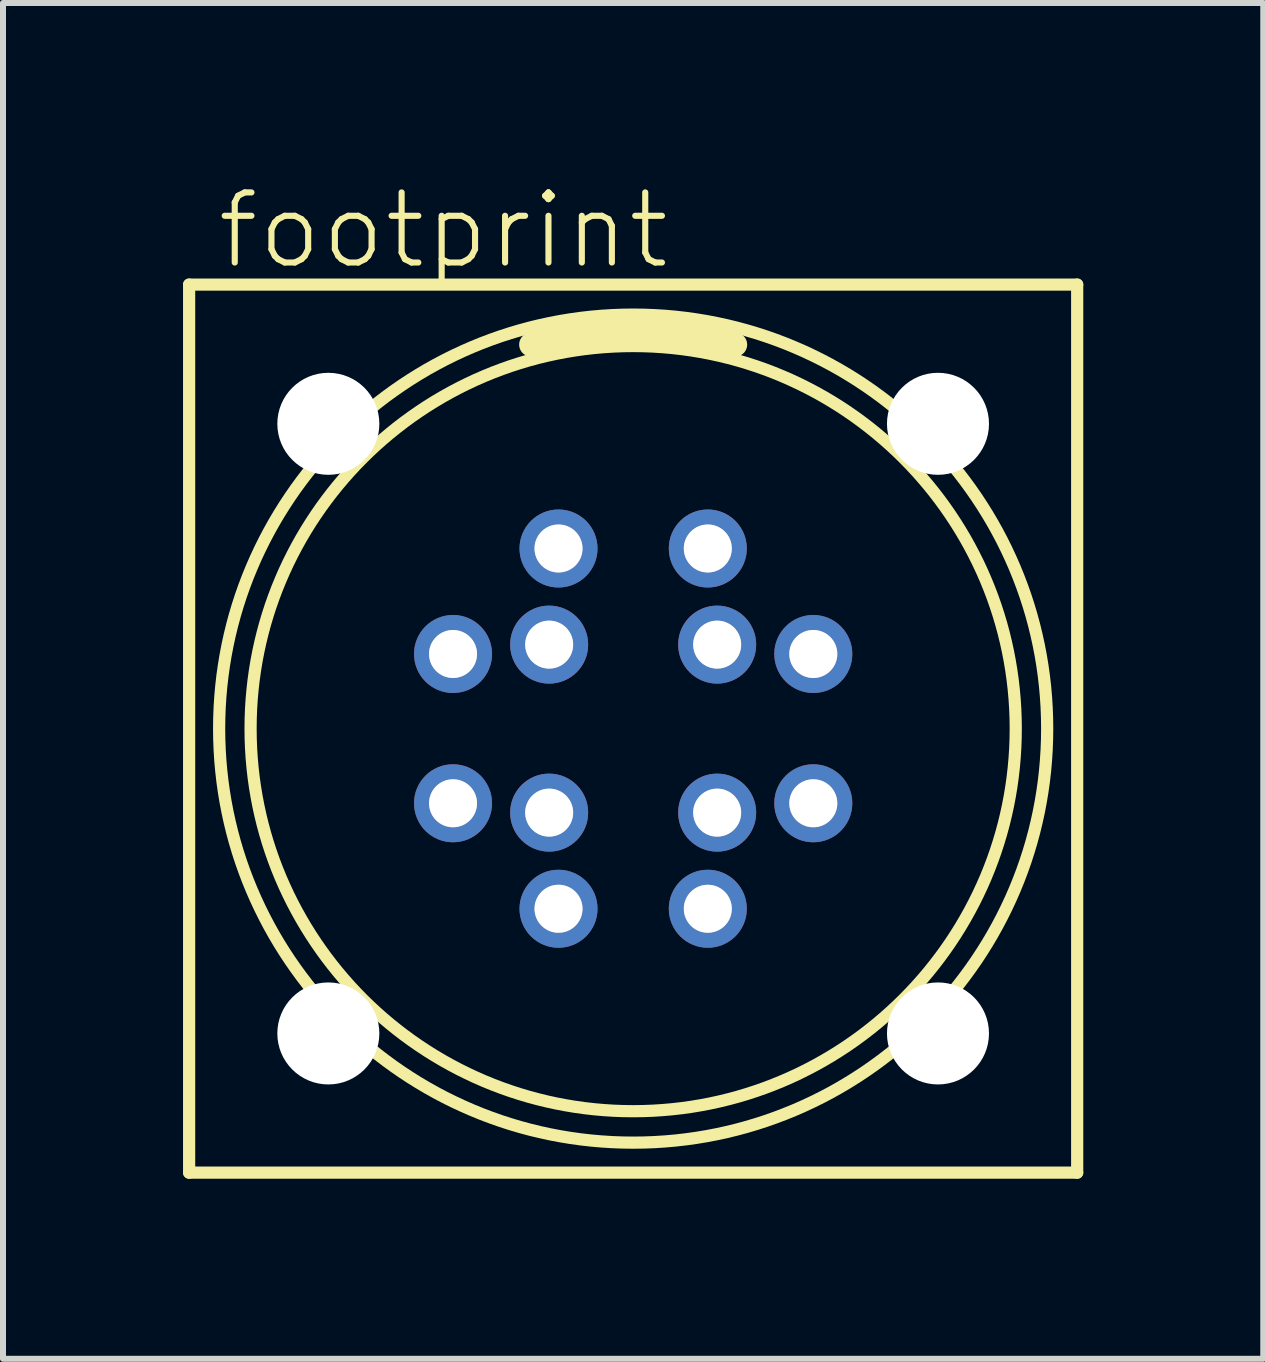
<source format=kicad_pcb>
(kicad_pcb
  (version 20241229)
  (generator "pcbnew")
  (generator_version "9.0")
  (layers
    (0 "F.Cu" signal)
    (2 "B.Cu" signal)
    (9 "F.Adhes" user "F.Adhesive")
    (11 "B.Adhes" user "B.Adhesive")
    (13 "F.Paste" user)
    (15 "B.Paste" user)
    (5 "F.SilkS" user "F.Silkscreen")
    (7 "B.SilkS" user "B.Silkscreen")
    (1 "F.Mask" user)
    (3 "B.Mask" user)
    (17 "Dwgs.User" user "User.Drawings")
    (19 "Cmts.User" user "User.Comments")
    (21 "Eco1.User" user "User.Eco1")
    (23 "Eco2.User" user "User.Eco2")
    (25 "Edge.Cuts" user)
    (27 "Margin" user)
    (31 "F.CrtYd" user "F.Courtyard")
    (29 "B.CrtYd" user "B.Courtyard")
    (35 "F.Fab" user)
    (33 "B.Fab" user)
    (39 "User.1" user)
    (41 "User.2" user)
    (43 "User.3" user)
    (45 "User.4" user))
  (footprint "footprint"
    (layer "F.Cu")
    (at 7.502 9.093)
    (property "Reference" "footprint" (at -6.985 -7.62 0) (layer "F.SilkS") (effects (font (size 1.168 1.168) (thickness 0.102)) (justify left bottom)))
    (fp_line (start -7.4 -7.4) (end 7.4 -7.4) (stroke (width 0.203) (type solid)) (layer "F.SilkS"))
    (fp_line (start -7.4 7.4) (end -7.4 -7.4) (stroke (width 0.203) (type solid)) (layer "F.SilkS"))
    (fp_line (start 7.4 -7.4) (end 7.4 7.4) (stroke (width 0.203) (type solid)) (layer "F.SilkS"))
    (fp_line (start 7.4 7.4) (end -7.4 7.4) (stroke (width 0.203) (type solid)) (layer "F.SilkS"))
    (fp_arc (start -1.7 -6.4) (mid 0 -6.650475) (end 1.700001 -6.4) (stroke (width 0.4) (type solid)) (layer "F.SilkS"))
    (fp_circle (center 0 0) (end 6.376 0) (stroke (width 0.203) (type solid)) (fill no) (layer "F.SilkS"))
    (fp_circle (center 0 0) (end 6.9 0) (stroke (width 0.203) (type solid)) (fill no) (layer "F.SilkS"))
    (fp_circle (center -3.002 -1.244) (end -2.704 -1.244) (stroke (width 0.203) (type solid)) (fill no) (layer "F.Fab"))
    (fp_circle (center -3.002 1.244) (end -2.704 1.244) (stroke (width 0.203) (type solid)) (fill no) (layer "F.Fab"))
    (fp_circle (center -1.4 -1.4) (end -1.102 -1.4) (stroke (width 0.203) (type solid)) (fill no) (layer "F.Fab"))
    (fp_circle (center -1.4 1.4) (end -1.102 1.4) (stroke (width 0.203) (type solid)) (fill no) (layer "F.Fab"))
    (fp_circle (center -1.244 3.002) (end -0.945 3.002) (stroke (width 0.203) (type solid)) (fill no) (layer "F.Fab"))
    (fp_circle (center -1.244 -3.002) (end -0.945 -3.002) (stroke (width 0.203) (type solid)) (fill no) (layer "F.Fab"))
    (fp_circle (center 1.244 3.002) (end 1.542 3.002) (stroke (width 0.203) (type solid)) (fill no) (layer "F.Fab"))
    (fp_circle (center 1.244 -3.002) (end 1.542 -3.002) (stroke (width 0.203) (type solid)) (fill no) (layer "F.Fab"))
    (fp_circle (center 1.4 -1.4) (end 1.698 -1.4) (stroke (width 0.203) (type solid)) (fill no) (layer "F.Fab"))
    (fp_circle (center 1.4 1.4) (end 1.698 1.4) (stroke (width 0.203) (type solid)) (fill no) (layer "F.Fab"))
    (fp_circle (center 3.002 -1.244) (end 3.301 -1.244) (stroke (width 0.203) (type solid)) (fill no) (layer "F.Fab"))
    (fp_circle (center 3.002 1.244) (end 3.301 1.244) (stroke (width 0.203) (type solid)) (fill no) (layer "F.Fab"))
    (pad "" np_thru_hole circle (at -5.08 -5.08) (size 1.7 1.7) (drill 1.7) (layers "*.Cu" "*.Mask"))
    (pad "" np_thru_hole circle (at -5.08 5.08) (size 1.7 1.7) (drill 1.7) (layers "*.Cu" "*.Mask"))
    (pad "" np_thru_hole circle (at 5.08 -5.08) (size 1.7 1.7) (drill 1.7) (layers "*.Cu" "*.Mask"))
    (pad "" np_thru_hole circle (at 5.08 5.08) (size 1.7 1.7) (drill 1.7) (layers "*.Cu" "*.Mask"))
    (pad "1" thru_hole circle (at -1.244 -3.002 112.5) (size 1.3 1.3) (drill 0.8) (layers "*.Cu" "*.Mask"))
    (pad "2" thru_hole circle (at -3.002 -1.244 157.5) (size 1.3 1.3) (drill 0.8) (layers "*.Cu" "*.Mask"))
    (pad "3" thru_hole circle (at -3.002 1.244 202.5) (size 1.3 1.3) (drill 0.8) (layers "*.Cu" "*.Mask"))
    (pad "4" thru_hole circle (at -1.244 3.002 247.5) (size 1.3 1.3) (drill 0.8) (layers "*.Cu" "*.Mask"))
    (pad "5" thru_hole circle (at 1.244 3.002 292.5) (size 1.3 1.3) (drill 0.8) (layers "*.Cu" "*.Mask"))
    (pad "6" thru_hole circle (at 3.002 1.244 337.5) (size 1.3 1.3) (drill 0.8) (layers "*.Cu" "*.Mask"))
    (pad "7" thru_hole circle (at 3.002 -1.244 22.5) (size 1.3 1.3) (drill 0.8) (layers "*.Cu" "*.Mask"))
    (pad "8" thru_hole circle (at 1.244 -3.002 67.5) (size 1.3 1.3) (drill 0.8) (layers "*.Cu" "*.Mask"))
    (pad "9" thru_hole circle (at -1.4 -1.4 67.5) (size 1.3 1.3) (drill 0.8) (layers "*.Cu" "*.Mask"))
    (pad "10" thru_hole circle (at -1.4 1.4 67.5) (size 1.3 1.3) (drill 0.8) (layers "*.Cu" "*.Mask"))
    (pad "11" thru_hole circle (at 1.4 1.4 67.5) (size 1.3 1.3) (drill 0.8) (layers "*.Cu" "*.Mask"))
    (pad "12" thru_hole circle (at 1.4 -1.4 67.5) (size 1.3 1.3) (drill 0.8) (layers "*.Cu" "*.Mask")))
  (gr_rect
    (start -3 -3)
    (end 18.003 19.595)
    (stroke (width 0.1) (type default))
    (fill no)
    (layer "Edge.Cuts")))
</source>
